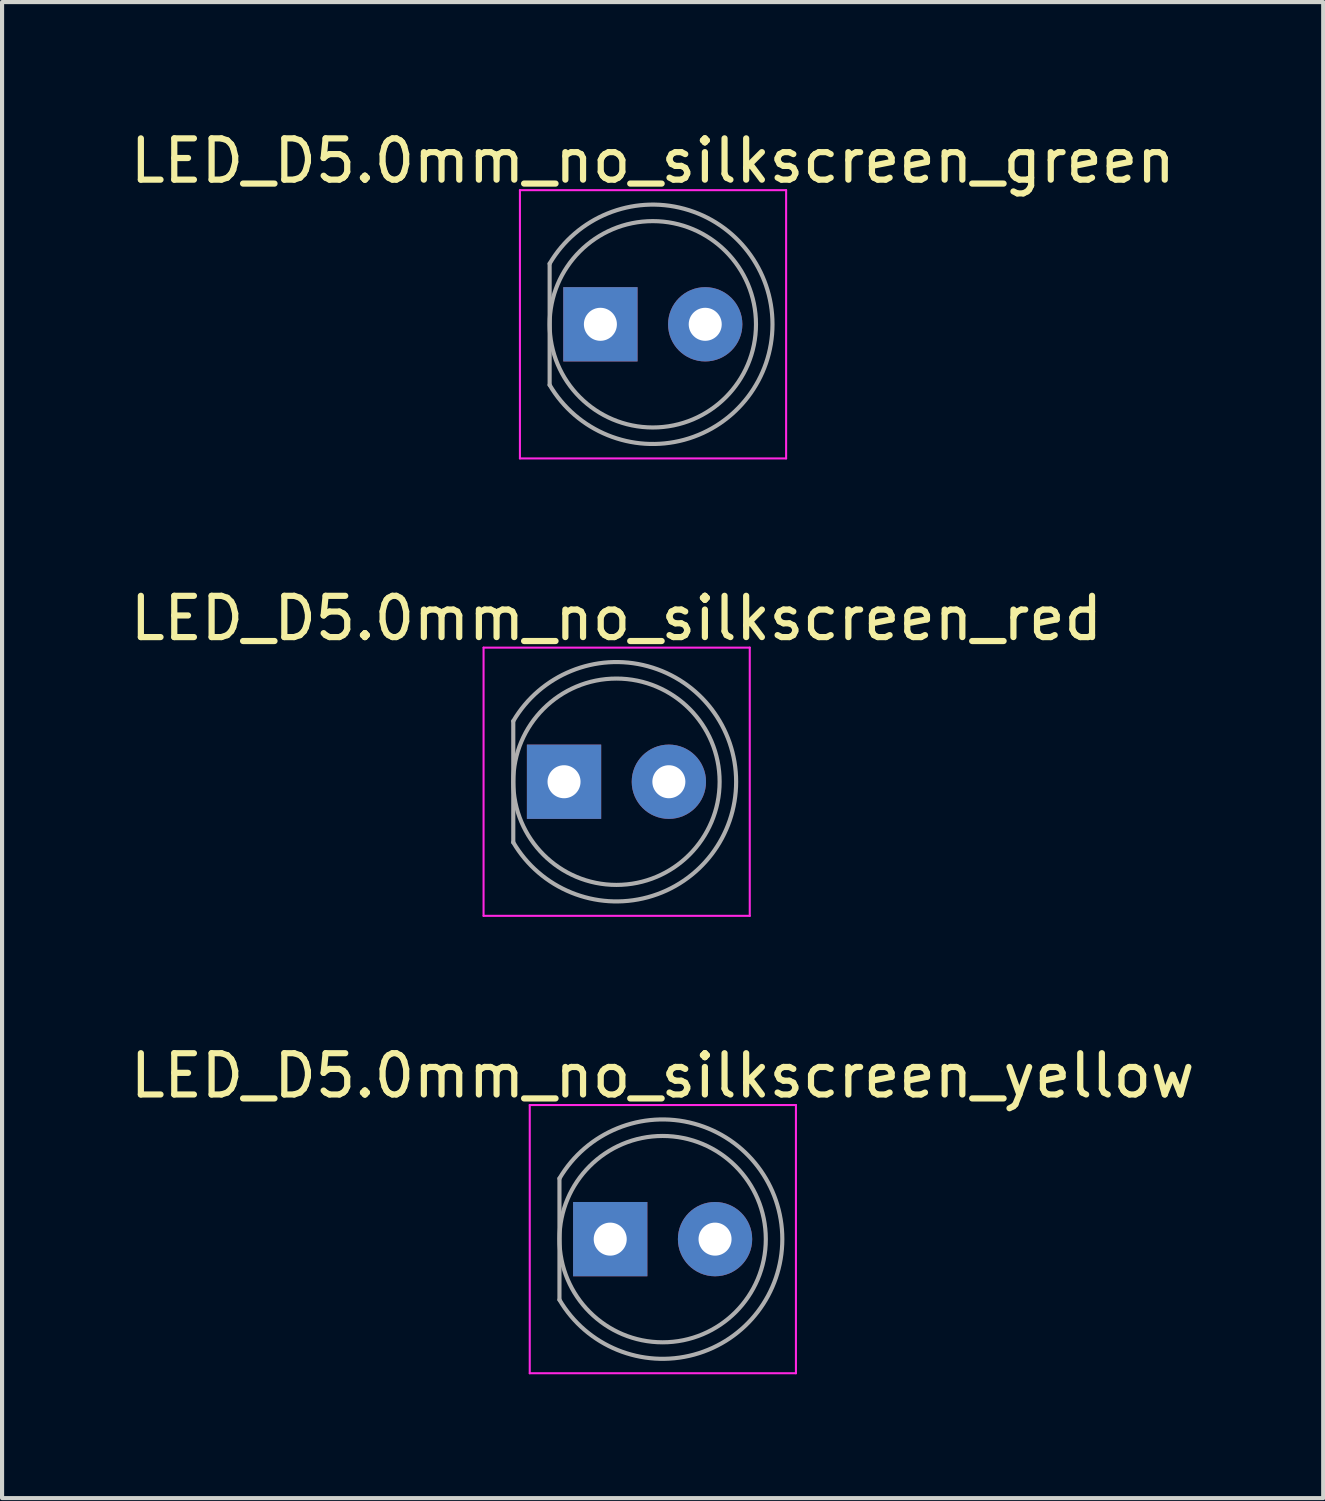
<source format=kicad_pcb>
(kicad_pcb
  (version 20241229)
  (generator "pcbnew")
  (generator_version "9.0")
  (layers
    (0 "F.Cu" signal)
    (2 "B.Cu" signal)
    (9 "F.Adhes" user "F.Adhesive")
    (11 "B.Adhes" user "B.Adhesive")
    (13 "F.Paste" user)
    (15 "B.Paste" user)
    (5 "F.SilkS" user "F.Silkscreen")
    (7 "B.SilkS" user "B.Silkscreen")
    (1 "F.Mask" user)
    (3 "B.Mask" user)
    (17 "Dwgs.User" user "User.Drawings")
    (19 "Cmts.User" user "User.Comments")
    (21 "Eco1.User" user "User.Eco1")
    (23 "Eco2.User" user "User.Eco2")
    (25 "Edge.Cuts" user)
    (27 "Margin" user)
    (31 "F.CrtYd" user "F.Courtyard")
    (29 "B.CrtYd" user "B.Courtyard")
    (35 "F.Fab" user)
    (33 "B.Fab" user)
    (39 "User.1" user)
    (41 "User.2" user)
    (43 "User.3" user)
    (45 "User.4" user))
  (footprint "LED_D5.0mm_no_silkscreen_yellow"
    (layer "F.Cu")
    (at 11.736 26.975)
    (property "Reference" "LED_D5.0mm_no_silkscreen_yellow" (at 1.27 -3.96 0) (layer "F.SilkS") (effects (font (size 1 1) (thickness 0.15))))
    (attr through_hole)
    (fp_line (start -1.95 -3.25) (end -1.95 3.25) (stroke (width 0.05) (type solid)) (layer "F.CrtYd"))
    (fp_line (start -1.95 3.25) (end 4.5 3.25) (stroke (width 0.05) (type solid)) (layer "F.CrtYd"))
    (fp_line (start 4.5 -3.25) (end -1.95 -3.25) (stroke (width 0.05) (type solid)) (layer "F.CrtYd"))
    (fp_line (start 4.5 3.25) (end 4.5 -3.25) (stroke (width 0.05) (type solid)) (layer "F.CrtYd"))
    (fp_line (start -1.23 -1.47) (end -1.23 1.47) (stroke (width 0.1) (type solid)) (layer "F.Fab"))
    (fp_arc (start -1.23 -1.469694) (mid 4.17 0.000016) (end -1.230016 1.469666) (stroke (width 0.1) (type solid)) (layer "F.Fab"))
    (fp_circle (center 1.27 0) (end 3.77 0) (stroke (width 0.1) (type solid)) (fill no) (layer "F.Fab"))
    (pad "1" thru_hole rect (at 0 0) (size 1.8 1.8) (drill 0.8) (layers "*.Cu" "*.Mask"))
    (pad "2" thru_hole circle (at 2.54 0) (size 1.8 1.8) (drill 0.8) (layers "*.Cu" "*.Mask")))
  (footprint "LED_D5.0mm_no_silkscreen_green"
    (layer "F.Cu")
    (at 11.498 4.808)
    (property "Reference" "LED_D5.0mm_no_silkscreen_green" (at 1.27 -3.96 0) (layer "F.SilkS") (effects (font (size 1 1) (thickness 0.15))))
    (attr through_hole)
    (fp_line (start -1.95 -3.25) (end -1.95 3.25) (stroke (width 0.05) (type solid)) (layer "F.CrtYd"))
    (fp_line (start -1.95 3.25) (end 4.5 3.25) (stroke (width 0.05) (type solid)) (layer "F.CrtYd"))
    (fp_line (start 4.5 -3.25) (end -1.95 -3.25) (stroke (width 0.05) (type solid)) (layer "F.CrtYd"))
    (fp_line (start 4.5 3.25) (end 4.5 -3.25) (stroke (width 0.05) (type solid)) (layer "F.CrtYd"))
    (fp_line (start -1.23 -1.47) (end -1.23 1.47) (stroke (width 0.1) (type solid)) (layer "F.Fab"))
    (fp_arc (start -1.23 -1.469694) (mid 4.17 0.000016) (end -1.230016 1.469666) (stroke (width 0.1) (type solid)) (layer "F.Fab"))
    (fp_circle (center 1.27 0) (end 3.77 0) (stroke (width 0.1) (type solid)) (fill no) (layer "F.Fab"))
    (pad "1" thru_hole rect (at 0 0) (size 1.8 1.8) (drill 0.8) (layers "*.Cu" "*.Mask"))
    (pad "2" thru_hole circle (at 2.54 0) (size 1.8 1.8) (drill 0.8) (layers "*.Cu" "*.Mask")))
  (footprint "LED_D5.0mm_no_silkscreen_red"
    (layer "F.Cu")
    (at 10.617 15.892)
    (property "Reference" "LED_D5.0mm_no_silkscreen_red" (at 1.27 -3.96 0) (layer "F.SilkS") (effects (font (size 1 1) (thickness 0.15))))
    (attr through_hole)
    (fp_line (start -1.95 -3.25) (end -1.95 3.25) (stroke (width 0.05) (type solid)) (layer "F.CrtYd"))
    (fp_line (start -1.95 3.25) (end 4.5 3.25) (stroke (width 0.05) (type solid)) (layer "F.CrtYd"))
    (fp_line (start 4.5 -3.25) (end -1.95 -3.25) (stroke (width 0.05) (type solid)) (layer "F.CrtYd"))
    (fp_line (start 4.5 3.25) (end 4.5 -3.25) (stroke (width 0.05) (type solid)) (layer "F.CrtYd"))
    (fp_line (start -1.23 -1.47) (end -1.23 1.47) (stroke (width 0.1) (type solid)) (layer "F.Fab"))
    (fp_arc (start -1.23 -1.469694) (mid 4.17 0.000016) (end -1.230016 1.469666) (stroke (width 0.1) (type solid)) (layer "F.Fab"))
    (fp_circle (center 1.27 0) (end 3.77 0) (stroke (width 0.1) (type solid)) (fill no) (layer "F.Fab"))
    (pad "1" thru_hole rect (at 0 0) (size 1.8 1.8) (drill 0.8) (layers "*.Cu" "*.Mask"))
    (pad "2" thru_hole circle (at 2.54 0) (size 1.8 1.8) (drill 0.8) (layers "*.Cu" "*.Mask")))
  (gr_rect
    (start -3 -3)
    (end 29.012 33.25)
    (stroke (width 0.1) (type default))
    (fill no)
    (layer "Edge.Cuts")))
</source>
